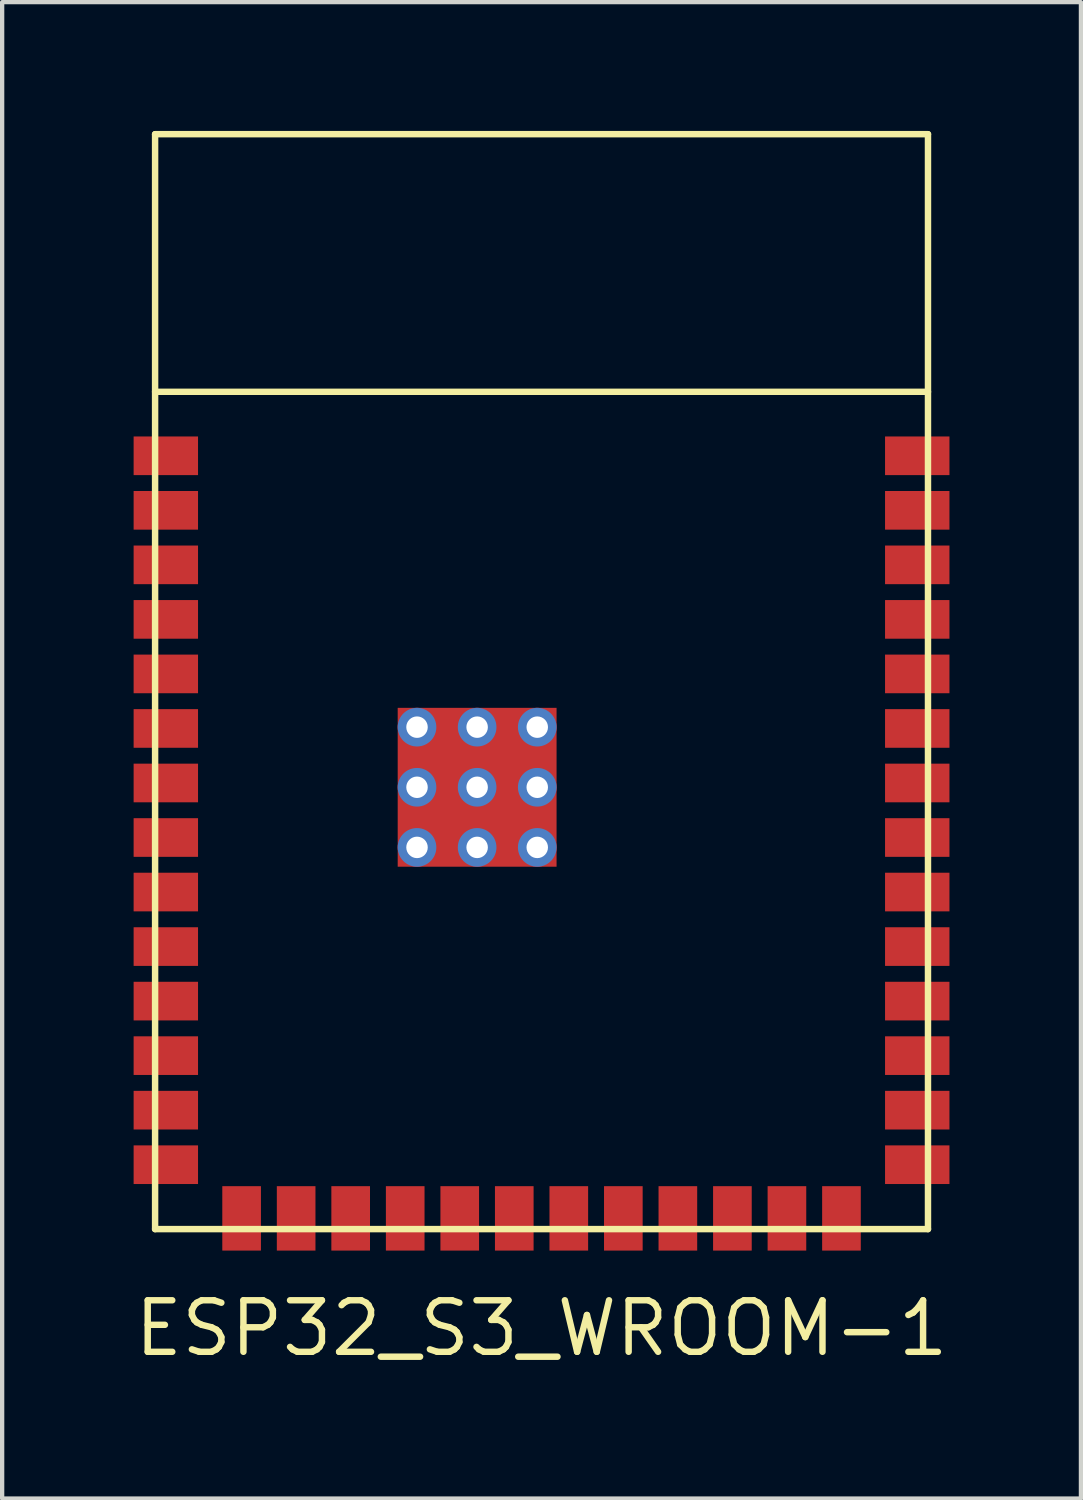
<source format=kicad_pcb>
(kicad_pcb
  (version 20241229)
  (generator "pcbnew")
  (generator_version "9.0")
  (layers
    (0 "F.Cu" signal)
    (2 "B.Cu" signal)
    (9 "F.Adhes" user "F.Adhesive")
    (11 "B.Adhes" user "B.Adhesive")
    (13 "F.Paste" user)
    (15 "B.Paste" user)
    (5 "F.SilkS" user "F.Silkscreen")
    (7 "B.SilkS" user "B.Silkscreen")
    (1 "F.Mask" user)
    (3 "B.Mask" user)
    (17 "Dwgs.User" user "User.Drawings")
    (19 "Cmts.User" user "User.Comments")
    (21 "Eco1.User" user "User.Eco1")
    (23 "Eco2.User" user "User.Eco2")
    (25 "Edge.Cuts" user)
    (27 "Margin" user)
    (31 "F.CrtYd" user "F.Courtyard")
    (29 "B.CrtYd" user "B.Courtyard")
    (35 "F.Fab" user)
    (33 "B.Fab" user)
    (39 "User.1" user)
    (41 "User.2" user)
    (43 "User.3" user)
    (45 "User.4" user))
  (footprint "ESP32_S3_WROOM-1"
    (layer "F.Cu")
    (at 9.562 16.455)
    (property "Reference" "ESP32_S3_WROOM-1" (at 0 11.43 0) (layer "F.SilkS") (effects (font (size 1.2 1.2) (thickness 0.15))))
    (attr through_hole)
    (fp_line (start -9 -16.38) (end 9 -16.38) (stroke (width 0.15) (type solid)) (layer "F.SilkS"))
    (fp_line (start -9 -10.38) (end 9 -10.38) (stroke (width 0.15) (type solid)) (layer "F.SilkS"))
    (fp_line (start -9 9.12) (end -9 -16.38) (stroke (width 0.15) (type solid)) (layer "F.SilkS"))
    (fp_line (start 9 -16.38) (end 9 9.12) (stroke (width 0.15) (type solid)) (layer "F.SilkS"))
    (fp_line (start 9 9.12) (end -9 9.12) (stroke (width 0.15) (type solid)) (layer "F.SilkS"))
    (pad "1" smd rect (at -8.75 -8.89) (size 1.5 0.9) (layers "F.Cu" "F.Mask" "F.Paste"))
    (pad "2" smd rect (at -8.75 -7.62) (size 1.5 0.9) (layers "F.Cu" "F.Mask" "F.Paste"))
    (pad "3" smd rect (at -8.75 -6.35) (size 1.5 0.9) (layers "F.Cu" "F.Mask" "F.Paste"))
    (pad "4" smd rect (at -8.75 -5.08) (size 1.5 0.9) (layers "F.Cu" "F.Mask" "F.Paste"))
    (pad "5" smd rect (at -8.75 -3.81) (size 1.5 0.9) (layers "F.Cu" "F.Mask" "F.Paste"))
    (pad "6" smd rect (at -8.75 -2.54) (size 1.5 0.9) (layers "F.Cu" "F.Mask" "F.Paste"))
    (pad "7" smd rect (at -8.75 -1.27) (size 1.5 0.9) (layers "F.Cu" "F.Mask" "F.Paste"))
    (pad "8" smd rect (at -8.75 0) (size 1.5 0.9) (layers "F.Cu" "F.Mask" "F.Paste"))
    (pad "9" smd rect (at -8.75 1.27) (size 1.5 0.9) (layers "F.Cu" "F.Mask" "F.Paste"))
    (pad "10" smd rect (at -8.75 2.54) (size 1.5 0.9) (layers "F.Cu" "F.Mask" "F.Paste"))
    (pad "11" smd rect (at -8.75 3.81) (size 1.5 0.9) (layers "F.Cu" "F.Mask" "F.Paste"))
    (pad "12" smd rect (at -8.75 5.08) (size 1.5 0.9) (layers "F.Cu" "F.Mask" "F.Paste"))
    (pad "13" smd rect (at -8.75 6.35) (size 1.5 0.9) (layers "F.Cu" "F.Mask" "F.Paste"))
    (pad "14" smd rect (at -8.75 7.62) (size 1.5 0.9) (layers "F.Cu" "F.Mask" "F.Paste"))
    (pad "15" smd rect (at -6.985 8.87) (size 0.9 1.5) (layers "F.Cu" "F.Mask" "F.Paste"))
    (pad "16" smd rect (at -5.715 8.87) (size 0.9 1.5) (layers "F.Cu" "F.Mask" "F.Paste"))
    (pad "17" smd rect (at -4.445 8.87) (size 0.9 1.5) (layers "F.Cu" "F.Mask" "F.Paste"))
    (pad "18" smd rect (at -3.175 8.87) (size 0.9 1.5) (layers "F.Cu" "F.Mask" "F.Paste"))
    (pad "19" smd rect (at -1.905 8.87) (size 0.9 1.5) (layers "F.Cu" "F.Mask" "F.Paste"))
    (pad "20" smd rect (at -0.635 8.87) (size 0.9 1.5) (layers "F.Cu" "F.Mask" "F.Paste"))
    (pad "21" smd rect (at 0.635 8.87) (size 0.9 1.5) (layers "F.Cu" "F.Mask" "F.Paste"))
    (pad "22" smd rect (at 1.905 8.87) (size 0.9 1.5) (layers "F.Cu" "F.Mask" "F.Paste"))
    (pad "23" smd rect (at 3.175 8.87) (size 0.9 1.5) (layers "F.Cu" "F.Mask" "F.Paste"))
    (pad "24" smd rect (at 4.445 8.87) (size 0.9 1.5) (layers "F.Cu" "F.Mask" "F.Paste"))
    (pad "25" smd rect (at 5.715 8.87) (size 0.9 1.5) (layers "F.Cu" "F.Mask" "F.Paste"))
    (pad "26" smd rect (at 6.985 8.87) (size 0.9 1.5) (layers "F.Cu" "F.Mask" "F.Paste"))
    (pad "27" smd rect (at 8.75 7.62) (size 1.5 0.9) (layers "F.Cu" "F.Mask" "F.Paste"))
    (pad "28" smd rect (at 8.75 6.35) (size 1.5 0.9) (layers "F.Cu" "F.Mask" "F.Paste"))
    (pad "29" smd rect (at 8.75 5.08) (size 1.5 0.9) (layers "F.Cu" "F.Mask" "F.Paste"))
    (pad "30" smd rect (at 8.75 3.81) (size 1.5 0.9) (layers "F.Cu" "F.Mask" "F.Paste"))
    (pad "31" smd rect (at 8.75 2.54) (size 1.5 0.9) (layers "F.Cu" "F.Mask" "F.Paste"))
    (pad "32" smd rect (at 8.75 1.27) (size 1.5 0.9) (layers "F.Cu" "F.Mask" "F.Paste"))
    (pad "33" smd rect (at 8.75 0) (size 1.5 0.9) (layers "F.Cu" "F.Mask" "F.Paste"))
    (pad "34" smd rect (at 8.75 -1.27) (size 1.5 0.9) (layers "F.Cu" "F.Mask" "F.Paste"))
    (pad "35" smd rect (at 8.75 -2.54) (size 1.5 0.9) (layers "F.Cu" "F.Mask" "F.Paste"))
    (pad "36" smd rect (at 8.75 -3.81) (size 1.5 0.9) (layers "F.Cu" "F.Mask" "F.Paste"))
    (pad "37" smd rect (at 8.75 -5.08) (size 1.5 0.9) (layers "F.Cu" "F.Mask" "F.Paste"))
    (pad "38" smd rect (at 8.75 -6.35) (size 1.5 0.9) (layers "F.Cu" "F.Mask" "F.Paste"))
    (pad "39" smd rect (at 8.75 -7.62) (size 1.5 0.9) (layers "F.Cu" "F.Mask" "F.Paste"))
    (pad "40" smd rect (at 8.75 -8.89) (size 1.5 0.9) (layers "F.Cu" "F.Mask" "F.Paste"))
    (pad "EPad" thru_hole circle (at -2.9 -2.57) (size 0.9 0.9) (drill 0.5) (layers "*.Cu" "*.Mask"))
    (pad "EPad" thru_hole circle (at -2.9 -1.17) (size 0.9 0.9) (drill 0.5) (layers "*.Cu" "*.Mask"))
    (pad "EPad" thru_hole circle (at -2.9 0.23) (size 0.9 0.9) (drill 0.5) (layers "*.Cu" "*.Mask"))
    (pad "EPad" thru_hole circle (at -1.5 -2.57) (size 0.9 0.9) (drill 0.5) (layers "*.Cu" "*.Mask"))
    (pad "EPad" thru_hole circle (at -1.5 -1.17) (size 0.9 0.9) (drill 0.5) (layers "*.Cu" "*.Mask"))
    (pad "EPad" smd rect (at -1.5 -1.17) (size 3.7 3.7) (layers "F.Cu" "F.Mask" "F.Paste"))
    (pad "EPad" thru_hole circle (at -1.5 0.23) (size 0.9 0.9) (drill 0.5) (layers "*.Cu" "*.Mask"))
    (pad "EPad" thru_hole circle (at -0.1 -2.57) (size 0.9 0.9) (drill 0.5) (layers "*.Cu" "*.Mask"))
    (pad "EPad" thru_hole circle (at -0.1 -1.17) (size 0.9 0.9) (drill 0.5) (layers "*.Cu" "*.Mask"))
    (pad "EPad" thru_hole circle (at -0.1 0.23) (size 0.9 0.9) (drill 0.5) (layers "*.Cu" "*.Mask")))
  (gr_rect
    (start -3 -3)
    (end 22.124 31.85)
    (stroke (width 0.1) (type default))
    (fill no)
    (layer "Edge.Cuts")))
</source>
